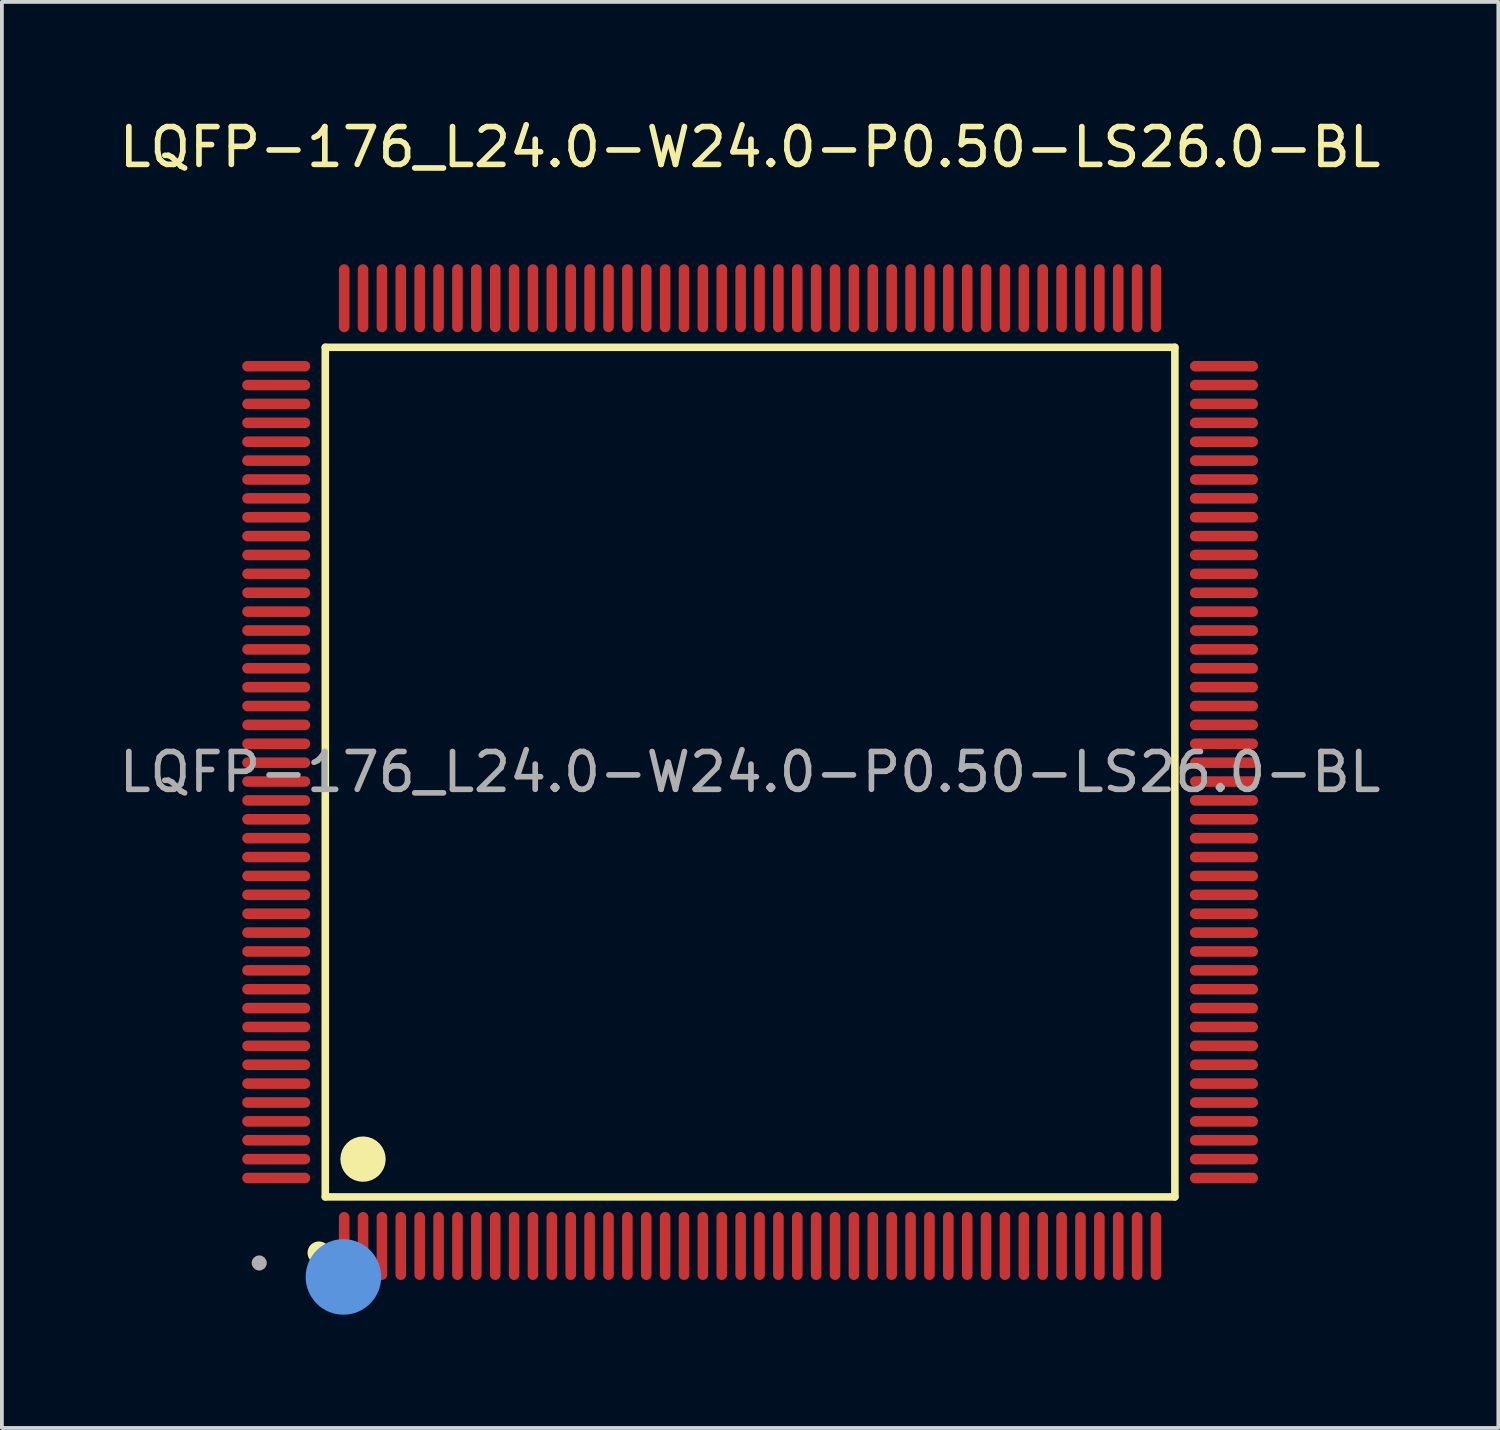
<source format=kicad_pcb>
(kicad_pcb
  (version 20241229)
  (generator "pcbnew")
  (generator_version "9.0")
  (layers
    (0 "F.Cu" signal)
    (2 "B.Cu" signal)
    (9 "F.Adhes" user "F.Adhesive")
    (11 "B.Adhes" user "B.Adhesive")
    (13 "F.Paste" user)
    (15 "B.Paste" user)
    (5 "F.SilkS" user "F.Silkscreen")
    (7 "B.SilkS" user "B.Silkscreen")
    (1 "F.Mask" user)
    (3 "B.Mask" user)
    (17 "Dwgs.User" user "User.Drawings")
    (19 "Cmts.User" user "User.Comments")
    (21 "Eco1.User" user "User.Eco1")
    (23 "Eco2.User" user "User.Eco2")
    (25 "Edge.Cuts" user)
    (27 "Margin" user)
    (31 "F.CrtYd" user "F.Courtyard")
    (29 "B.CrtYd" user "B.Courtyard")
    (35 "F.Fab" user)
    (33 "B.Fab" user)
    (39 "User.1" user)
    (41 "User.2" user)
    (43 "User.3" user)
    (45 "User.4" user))
  (footprint "LQFP-176_L24.0-W24.0-P0.50-LS26.0-BL"
    (layer "F.Cu")
    (at 16.815 17.398)
    (property "Reference" "LQFP-176_L24.0-W24.0-P0.50-LS26.0-BL" (at 0 -16.55 0) (layer "F.SilkS") (effects (font (size 1 1) (thickness 0.15))))
    (attr smd)
    (fp_line (start -11.25 -11.25) (end 11.25 -11.25) (stroke (width 0.2) (type solid)) (layer "F.SilkS"))
    (fp_line (start -11.25 11.25) (end -11.25 -11.25) (stroke (width 0.2) (type solid)) (layer "F.SilkS"))
    (fp_line (start 11.25 -11.25) (end 11.25 11.25) (stroke (width 0.2) (type solid)) (layer "F.SilkS"))
    (fp_line (start 11.25 11.25) (end -11.25 11.25) (stroke (width 0.2) (type solid)) (layer "F.SilkS"))
    (fp_arc (start -11.42 12.73) (mid -11.42 12.73) (end -11.42 12.73) (stroke (width 0.3) (type solid)) (layer "F.SilkS"))
    (fp_arc (start -10.24 9.95) (mid -10.254999 10.550125) (end -10.250004 9.949833) (stroke (width 0.6) (type solid)) (layer "F.SilkS"))
    (fp_circle (center -10.77 13.37) (end -10.27 13.37) (stroke (width 1) (type solid)) (fill no) (layer "Cmts.User"))
    (fp_circle (center -13 13) (end -12.9 13) (stroke (width 0.2) (type solid)) (fill no) (layer "F.Fab"))
    (fp_text user "${REFERENCE}" (at 0 0 0) (layer "F.Fab") (effects (font (size 1 1) (thickness 0.15))))
    (pad "1" smd oval (at -10.75 12.55) (size 0.28 1.8) (layers "F.Cu" "F.Mask" "F.Paste"))
    (pad "2" smd oval (at -10.25 12.55) (size 0.28 1.8) (layers "F.Cu" "F.Mask" "F.Paste"))
    (pad "3" smd oval (at -9.75 12.55) (size 0.28 1.8) (layers "F.Cu" "F.Mask" "F.Paste"))
    (pad "4" smd oval (at -9.25 12.55) (size 0.28 1.8) (layers "F.Cu" "F.Mask" "F.Paste"))
    (pad "5" smd oval (at -8.75 12.55) (size 0.28 1.8) (layers "F.Cu" "F.Mask" "F.Paste"))
    (pad "6" smd oval (at -8.25 12.55) (size 0.28 1.8) (layers "F.Cu" "F.Mask" "F.Paste"))
    (pad "7" smd oval (at -7.75 12.55) (size 0.28 1.8) (layers "F.Cu" "F.Mask" "F.Paste"))
    (pad "8" smd oval (at -7.25 12.55) (size 0.28 1.8) (layers "F.Cu" "F.Mask" "F.Paste"))
    (pad "9" smd oval (at -6.75 12.55) (size 0.28 1.8) (layers "F.Cu" "F.Mask" "F.Paste"))
    (pad "10" smd oval (at -6.25 12.55) (size 0.28 1.8) (layers "F.Cu" "F.Mask" "F.Paste"))
    (pad "11" smd oval (at -5.75 12.55) (size 0.28 1.8) (layers "F.Cu" "F.Mask" "F.Paste"))
    (pad "12" smd oval (at -5.25 12.55) (size 0.28 1.8) (layers "F.Cu" "F.Mask" "F.Paste"))
    (pad "13" smd oval (at -4.75 12.55) (size 0.28 1.8) (layers "F.Cu" "F.Mask" "F.Paste"))
    (pad "14" smd oval (at -4.25 12.55) (size 0.28 1.8) (layers "F.Cu" "F.Mask" "F.Paste"))
    (pad "15" smd oval (at -3.75 12.55) (size 0.28 1.8) (layers "F.Cu" "F.Mask" "F.Paste"))
    (pad "16" smd oval (at -3.25 12.55) (size 0.28 1.8) (layers "F.Cu" "F.Mask" "F.Paste"))
    (pad "17" smd oval (at -2.75 12.55) (size 0.28 1.8) (layers "F.Cu" "F.Mask" "F.Paste"))
    (pad "18" smd oval (at -2.25 12.55) (size 0.28 1.8) (layers "F.Cu" "F.Mask" "F.Paste"))
    (pad "19" smd oval (at -1.75 12.55) (size 0.28 1.8) (layers "F.Cu" "F.Mask" "F.Paste"))
    (pad "20" smd oval (at -1.25 12.55) (size 0.28 1.8) (layers "F.Cu" "F.Mask" "F.Paste"))
    (pad "21" smd oval (at -0.75 12.55) (size 0.28 1.8) (layers "F.Cu" "F.Mask" "F.Paste"))
    (pad "22" smd oval (at -0.25 12.55) (size 0.28 1.8) (layers "F.Cu" "F.Mask" "F.Paste"))
    (pad "23" smd oval (at 0.25 12.55) (size 0.28 1.8) (layers "F.Cu" "F.Mask" "F.Paste"))
    (pad "24" smd oval (at 0.75 12.55) (size 0.28 1.8) (layers "F.Cu" "F.Mask" "F.Paste"))
    (pad "25" smd oval (at 1.25 12.55) (size 0.28 1.8) (layers "F.Cu" "F.Mask" "F.Paste"))
    (pad "26" smd oval (at 1.75 12.55) (size 0.28 1.8) (layers "F.Cu" "F.Mask" "F.Paste"))
    (pad "27" smd oval (at 2.25 12.55) (size 0.28 1.8) (layers "F.Cu" "F.Mask" "F.Paste"))
    (pad "28" smd oval (at 2.75 12.55) (size 0.28 1.8) (layers "F.Cu" "F.Mask" "F.Paste"))
    (pad "29" smd oval (at 3.25 12.55) (size 0.28 1.8) (layers "F.Cu" "F.Mask" "F.Paste"))
    (pad "30" smd oval (at 3.75 12.55) (size 0.28 1.8) (layers "F.Cu" "F.Mask" "F.Paste"))
    (pad "31" smd oval (at 4.25 12.55) (size 0.28 1.8) (layers "F.Cu" "F.Mask" "F.Paste"))
    (pad "32" smd oval (at 4.75 12.55) (size 0.28 1.8) (layers "F.Cu" "F.Mask" "F.Paste"))
    (pad "33" smd oval (at 5.25 12.55) (size 0.28 1.8) (layers "F.Cu" "F.Mask" "F.Paste"))
    (pad "34" smd oval (at 5.75 12.55) (size 0.28 1.8) (layers "F.Cu" "F.Mask" "F.Paste"))
    (pad "35" smd oval (at 6.25 12.55) (size 0.28 1.8) (layers "F.Cu" "F.Mask" "F.Paste"))
    (pad "36" smd oval (at 6.75 12.55) (size 0.28 1.8) (layers "F.Cu" "F.Mask" "F.Paste"))
    (pad "37" smd oval (at 7.25 12.55) (size 0.28 1.8) (layers "F.Cu" "F.Mask" "F.Paste"))
    (pad "38" smd oval (at 7.75 12.55) (size 0.28 1.8) (layers "F.Cu" "F.Mask" "F.Paste"))
    (pad "39" smd oval (at 8.25 12.55) (size 0.28 1.8) (layers "F.Cu" "F.Mask" "F.Paste"))
    (pad "40" smd oval (at 8.75 12.55) (size 0.28 1.8) (layers "F.Cu" "F.Mask" "F.Paste"))
    (pad "41" smd oval (at 9.25 12.55) (size 0.28 1.8) (layers "F.Cu" "F.Mask" "F.Paste"))
    (pad "42" smd oval (at 9.75 12.55) (size 0.28 1.8) (layers "F.Cu" "F.Mask" "F.Paste"))
    (pad "43" smd oval (at 10.25 12.55) (size 0.28 1.8) (layers "F.Cu" "F.Mask" "F.Paste"))
    (pad "44" smd oval (at 10.75 12.55) (size 0.28 1.8) (layers "F.Cu" "F.Mask" "F.Paste"))
    (pad "45" smd oval (at 12.55 10.75) (size 1.8 0.28) (layers "F.Cu" "F.Mask" "F.Paste"))
    (pad "46" smd oval (at 12.55 10.25) (size 1.8 0.28) (layers "F.Cu" "F.Mask" "F.Paste"))
    (pad "47" smd oval (at 12.55 9.75) (size 1.8 0.28) (layers "F.Cu" "F.Mask" "F.Paste"))
    (pad "48" smd oval (at 12.55 9.25) (size 1.8 0.28) (layers "F.Cu" "F.Mask" "F.Paste"))
    (pad "49" smd oval (at 12.55 8.75) (size 1.8 0.28) (layers "F.Cu" "F.Mask" "F.Paste"))
    (pad "50" smd oval (at 12.55 8.25) (size 1.8 0.28) (layers "F.Cu" "F.Mask" "F.Paste"))
    (pad "51" smd oval (at 12.55 7.75) (size 1.8 0.28) (layers "F.Cu" "F.Mask" "F.Paste"))
    (pad "52" smd oval (at 12.55 7.25) (size 1.8 0.28) (layers "F.Cu" "F.Mask" "F.Paste"))
    (pad "53" smd oval (at 12.55 6.75) (size 1.8 0.28) (layers "F.Cu" "F.Mask" "F.Paste"))
    (pad "54" smd oval (at 12.55 6.25) (size 1.8 0.28) (layers "F.Cu" "F.Mask" "F.Paste"))
    (pad "55" smd oval (at 12.55 5.75) (size 1.8 0.28) (layers "F.Cu" "F.Mask" "F.Paste"))
    (pad "56" smd oval (at 12.55 5.25) (size 1.8 0.28) (layers "F.Cu" "F.Mask" "F.Paste"))
    (pad "57" smd oval (at 12.55 4.75) (size 1.8 0.28) (layers "F.Cu" "F.Mask" "F.Paste"))
    (pad "58" smd oval (at 12.55 4.25) (size 1.8 0.28) (layers "F.Cu" "F.Mask" "F.Paste"))
    (pad "59" smd oval (at 12.55 3.75) (size 1.8 0.28) (layers "F.Cu" "F.Mask" "F.Paste"))
    (pad "60" smd oval (at 12.55 3.25) (size 1.8 0.28) (layers "F.Cu" "F.Mask" "F.Paste"))
    (pad "61" smd oval (at 12.55 2.75) (size 1.8 0.28) (layers "F.Cu" "F.Mask" "F.Paste"))
    (pad "62" smd oval (at 12.55 2.25) (size 1.8 0.28) (layers "F.Cu" "F.Mask" "F.Paste"))
    (pad "63" smd oval (at 12.55 1.75) (size 1.8 0.28) (layers "F.Cu" "F.Mask" "F.Paste"))
    (pad "64" smd oval (at 12.55 1.25) (size 1.8 0.28) (layers "F.Cu" "F.Mask" "F.Paste"))
    (pad "65" smd oval (at 12.55 0.75) (size 1.8 0.28) (layers "F.Cu" "F.Mask" "F.Paste"))
    (pad "66" smd oval (at 12.55 0.25) (size 1.8 0.28) (layers "F.Cu" "F.Mask" "F.Paste"))
    (pad "67" smd oval (at 12.55 -0.25) (size 1.8 0.28) (layers "F.Cu" "F.Mask" "F.Paste"))
    (pad "68" smd oval (at 12.55 -0.75) (size 1.8 0.28) (layers "F.Cu" "F.Mask" "F.Paste"))
    (pad "69" smd oval (at 12.55 -1.25) (size 1.8 0.28) (layers "F.Cu" "F.Mask" "F.Paste"))
    (pad "70" smd oval (at 12.55 -1.75) (size 1.8 0.28) (layers "F.Cu" "F.Mask" "F.Paste"))
    (pad "71" smd oval (at 12.55 -2.25) (size 1.8 0.28) (layers "F.Cu" "F.Mask" "F.Paste"))
    (pad "72" smd oval (at 12.55 -2.75) (size 1.8 0.28) (layers "F.Cu" "F.Mask" "F.Paste"))
    (pad "73" smd oval (at 12.55 -3.25) (size 1.8 0.28) (layers "F.Cu" "F.Mask" "F.Paste"))
    (pad "74" smd oval (at 12.55 -3.75) (size 1.8 0.28) (layers "F.Cu" "F.Mask" "F.Paste"))
    (pad "75" smd oval (at 12.55 -4.25) (size 1.8 0.28) (layers "F.Cu" "F.Mask" "F.Paste"))
    (pad "76" smd oval (at 12.55 -4.75) (size 1.8 0.28) (layers "F.Cu" "F.Mask" "F.Paste"))
    (pad "77" smd oval (at 12.55 -5.25) (size 1.8 0.28) (layers "F.Cu" "F.Mask" "F.Paste"))
    (pad "78" smd oval (at 12.55 -5.75) (size 1.8 0.28) (layers "F.Cu" "F.Mask" "F.Paste"))
    (pad "79" smd oval (at 12.55 -6.25) (size 1.8 0.28) (layers "F.Cu" "F.Mask" "F.Paste"))
    (pad "80" smd oval (at 12.55 -6.75) (size 1.8 0.28) (layers "F.Cu" "F.Mask" "F.Paste"))
    (pad "81" smd oval (at 12.55 -7.25) (size 1.8 0.28) (layers "F.Cu" "F.Mask" "F.Paste"))
    (pad "82" smd oval (at 12.55 -7.75) (size 1.8 0.28) (layers "F.Cu" "F.Mask" "F.Paste"))
    (pad "83" smd oval (at 12.55 -8.25) (size 1.8 0.28) (layers "F.Cu" "F.Mask" "F.Paste"))
    (pad "84" smd oval (at 12.55 -8.75) (size 1.8 0.28) (layers "F.Cu" "F.Mask" "F.Paste"))
    (pad "85" smd oval (at 12.55 -9.25) (size 1.8 0.28) (layers "F.Cu" "F.Mask" "F.Paste"))
    (pad "86" smd oval (at 12.55 -9.75) (size 1.8 0.28) (layers "F.Cu" "F.Mask" "F.Paste"))
    (pad "87" smd oval (at 12.55 -10.25) (size 1.8 0.28) (layers "F.Cu" "F.Mask" "F.Paste"))
    (pad "88" smd oval (at 12.55 -10.75) (size 1.8 0.28) (layers "F.Cu" "F.Mask" "F.Paste"))
    (pad "89" smd oval (at 10.75 -12.55) (size 0.28 1.8) (layers "F.Cu" "F.Mask" "F.Paste"))
    (pad "90" smd oval (at 10.25 -12.55) (size 0.28 1.8) (layers "F.Cu" "F.Mask" "F.Paste"))
    (pad "91" smd oval (at 9.75 -12.55) (size 0.28 1.8) (layers "F.Cu" "F.Mask" "F.Paste"))
    (pad "92" smd oval (at 9.25 -12.55) (size 0.28 1.8) (layers "F.Cu" "F.Mask" "F.Paste"))
    (pad "93" smd oval (at 8.75 -12.55) (size 0.28 1.8) (layers "F.Cu" "F.Mask" "F.Paste"))
    (pad "94" smd oval (at 8.25 -12.55) (size 0.28 1.8) (layers "F.Cu" "F.Mask" "F.Paste"))
    (pad "95" smd oval (at 7.75 -12.55) (size 0.28 1.8) (layers "F.Cu" "F.Mask" "F.Paste"))
    (pad "96" smd oval (at 7.25 -12.55) (size 0.28 1.8) (layers "F.Cu" "F.Mask" "F.Paste"))
    (pad "97" smd oval (at 6.75 -12.55) (size 0.28 1.8) (layers "F.Cu" "F.Mask" "F.Paste"))
    (pad "98" smd oval (at 6.25 -12.55) (size 0.28 1.8) (layers "F.Cu" "F.Mask" "F.Paste"))
    (pad "99" smd oval (at 5.75 -12.55) (size 0.28 1.8) (layers "F.Cu" "F.Mask" "F.Paste"))
    (pad "100" smd oval (at 5.25 -12.55) (size 0.28 1.8) (layers "F.Cu" "F.Mask" "F.Paste"))
    (pad "101" smd oval (at 4.75 -12.55) (size 0.28 1.8) (layers "F.Cu" "F.Mask" "F.Paste"))
    (pad "102" smd oval (at 4.25 -12.55) (size 0.28 1.8) (layers "F.Cu" "F.Mask" "F.Paste"))
    (pad "103" smd oval (at 3.75 -12.55) (size 0.28 1.8) (layers "F.Cu" "F.Mask" "F.Paste"))
    (pad "104" smd oval (at 3.25 -12.55) (size 0.28 1.8) (layers "F.Cu" "F.Mask" "F.Paste"))
    (pad "105" smd oval (at 2.75 -12.55) (size 0.28 1.8) (layers "F.Cu" "F.Mask" "F.Paste"))
    (pad "106" smd oval (at 2.25 -12.55) (size 0.28 1.8) (layers "F.Cu" "F.Mask" "F.Paste"))
    (pad "107" smd oval (at 1.75 -12.55) (size 0.28 1.8) (layers "F.Cu" "F.Mask" "F.Paste"))
    (pad "108" smd oval (at 1.25 -12.55) (size 0.28 1.8) (layers "F.Cu" "F.Mask" "F.Paste"))
    (pad "109" smd oval (at 0.75 -12.55) (size 0.28 1.8) (layers "F.Cu" "F.Mask" "F.Paste"))
    (pad "110" smd oval (at 0.25 -12.55) (size 0.28 1.8) (layers "F.Cu" "F.Mask" "F.Paste"))
    (pad "111" smd oval (at -0.25 -12.55) (size 0.28 1.8) (layers "F.Cu" "F.Mask" "F.Paste"))
    (pad "112" smd oval (at -0.75 -12.55) (size 0.28 1.8) (layers "F.Cu" "F.Mask" "F.Paste"))
    (pad "113" smd oval (at -1.25 -12.55) (size 0.28 1.8) (layers "F.Cu" "F.Mask" "F.Paste"))
    (pad "114" smd oval (at -1.75 -12.55) (size 0.28 1.8) (layers "F.Cu" "F.Mask" "F.Paste"))
    (pad "115" smd oval (at -2.25 -12.55) (size 0.28 1.8) (layers "F.Cu" "F.Mask" "F.Paste"))
    (pad "116" smd oval (at -2.75 -12.55) (size 0.28 1.8) (layers "F.Cu" "F.Mask" "F.Paste"))
    (pad "117" smd oval (at -3.25 -12.55) (size 0.28 1.8) (layers "F.Cu" "F.Mask" "F.Paste"))
    (pad "118" smd oval (at -3.75 -12.55) (size 0.28 1.8) (layers "F.Cu" "F.Mask" "F.Paste"))
    (pad "119" smd oval (at -4.25 -12.55) (size 0.28 1.8) (layers "F.Cu" "F.Mask" "F.Paste"))
    (pad "120" smd oval (at -4.75 -12.55) (size 0.28 1.8) (layers "F.Cu" "F.Mask" "F.Paste"))
    (pad "121" smd oval (at -5.25 -12.55) (size 0.28 1.8) (layers "F.Cu" "F.Mask" "F.Paste"))
    (pad "122" smd oval (at -5.75 -12.55) (size 0.28 1.8) (layers "F.Cu" "F.Mask" "F.Paste"))
    (pad "123" smd oval (at -6.25 -12.55) (size 0.28 1.8) (layers "F.Cu" "F.Mask" "F.Paste"))
    (pad "124" smd oval (at -6.75 -12.55) (size 0.28 1.8) (layers "F.Cu" "F.Mask" "F.Paste"))
    (pad "125" smd oval (at -7.25 -12.55) (size 0.28 1.8) (layers "F.Cu" "F.Mask" "F.Paste"))
    (pad "126" smd oval (at -7.75 -12.55) (size 0.28 1.8) (layers "F.Cu" "F.Mask" "F.Paste"))
    (pad "127" smd oval (at -8.25 -12.55) (size 0.28 1.8) (layers "F.Cu" "F.Mask" "F.Paste"))
    (pad "128" smd oval (at -8.75 -12.55) (size 0.28 1.8) (layers "F.Cu" "F.Mask" "F.Paste"))
    (pad "129" smd oval (at -9.25 -12.55) (size 0.28 1.8) (layers "F.Cu" "F.Mask" "F.Paste"))
    (pad "130" smd oval (at -9.75 -12.55) (size 0.28 1.8) (layers "F.Cu" "F.Mask" "F.Paste"))
    (pad "131" smd oval (at -10.25 -12.55) (size 0.28 1.8) (layers "F.Cu" "F.Mask" "F.Paste"))
    (pad "132" smd oval (at -10.75 -12.55) (size 0.28 1.8) (layers "F.Cu" "F.Mask" "F.Paste"))
    (pad "133" smd oval (at -12.55 -10.75) (size 1.8 0.28) (layers "F.Cu" "F.Mask" "F.Paste"))
    (pad "134" smd oval (at -12.55 -10.25) (size 1.8 0.28) (layers "F.Cu" "F.Mask" "F.Paste"))
    (pad "135" smd oval (at -12.55 -9.75) (size 1.8 0.28) (layers "F.Cu" "F.Mask" "F.Paste"))
    (pad "136" smd oval (at -12.55 -9.25) (size 1.8 0.28) (layers "F.Cu" "F.Mask" "F.Paste"))
    (pad "137" smd oval (at -12.55 -8.75) (size 1.8 0.28) (layers "F.Cu" "F.Mask" "F.Paste"))
    (pad "138" smd oval (at -12.55 -8.25) (size 1.8 0.28) (layers "F.Cu" "F.Mask" "F.Paste"))
    (pad "139" smd oval (at -12.55 -7.75) (size 1.8 0.28) (layers "F.Cu" "F.Mask" "F.Paste"))
    (pad "140" smd oval (at -12.55 -7.25) (size 1.8 0.28) (layers "F.Cu" "F.Mask" "F.Paste"))
    (pad "141" smd oval (at -12.55 -6.75) (size 1.8 0.28) (layers "F.Cu" "F.Mask" "F.Paste"))
    (pad "142" smd oval (at -12.55 -6.25) (size 1.8 0.28) (layers "F.Cu" "F.Mask" "F.Paste"))
    (pad "143" smd oval (at -12.55 -5.75) (size 1.8 0.28) (layers "F.Cu" "F.Mask" "F.Paste"))
    (pad "144" smd oval (at -12.55 -5.25) (size 1.8 0.28) (layers "F.Cu" "F.Mask" "F.Paste"))
    (pad "145" smd oval (at -12.55 -4.75) (size 1.8 0.28) (layers "F.Cu" "F.Mask" "F.Paste"))
    (pad "146" smd oval (at -12.55 -4.25) (size 1.8 0.28) (layers "F.Cu" "F.Mask" "F.Paste"))
    (pad "147" smd oval (at -12.55 -3.75) (size 1.8 0.28) (layers "F.Cu" "F.Mask" "F.Paste"))
    (pad "148" smd oval (at -12.55 -3.25) (size 1.8 0.28) (layers "F.Cu" "F.Mask" "F.Paste"))
    (pad "149" smd oval (at -12.55 -2.75) (size 1.8 0.28) (layers "F.Cu" "F.Mask" "F.Paste"))
    (pad "150" smd oval (at -12.55 -2.25) (size 1.8 0.28) (layers "F.Cu" "F.Mask" "F.Paste"))
    (pad "151" smd oval (at -12.55 -1.75) (size 1.8 0.28) (layers "F.Cu" "F.Mask" "F.Paste"))
    (pad "152" smd oval (at -12.55 -1.25) (size 1.8 0.28) (layers "F.Cu" "F.Mask" "F.Paste"))
    (pad "153" smd oval (at -12.55 -0.75) (size 1.8 0.28) (layers "F.Cu" "F.Mask" "F.Paste"))
    (pad "154" smd oval (at -12.55 -0.25) (size 1.8 0.28) (layers "F.Cu" "F.Mask" "F.Paste"))
    (pad "155" smd oval (at -12.55 0.25) (size 1.8 0.28) (layers "F.Cu" "F.Mask" "F.Paste"))
    (pad "156" smd oval (at -12.55 0.75) (size 1.8 0.28) (layers "F.Cu" "F.Mask" "F.Paste"))
    (pad "157" smd oval (at -12.55 1.25) (size 1.8 0.28) (layers "F.Cu" "F.Mask" "F.Paste"))
    (pad "158" smd oval (at -12.55 1.75) (size 1.8 0.28) (layers "F.Cu" "F.Mask" "F.Paste"))
    (pad "159" smd oval (at -12.55 2.25) (size 1.8 0.28) (layers "F.Cu" "F.Mask" "F.Paste"))
    (pad "160" smd oval (at -12.55 2.75) (size 1.8 0.28) (layers "F.Cu" "F.Mask" "F.Paste"))
    (pad "161" smd oval (at -12.55 3.25) (size 1.8 0.28) (layers "F.Cu" "F.Mask" "F.Paste"))
    (pad "162" smd oval (at -12.55 3.75) (size 1.8 0.28) (layers "F.Cu" "F.Mask" "F.Paste"))
    (pad "163" smd oval (at -12.55 4.25) (size 1.8 0.28) (layers "F.Cu" "F.Mask" "F.Paste"))
    (pad "164" smd oval (at -12.55 4.75) (size 1.8 0.28) (layers "F.Cu" "F.Mask" "F.Paste"))
    (pad "165" smd oval (at -12.55 5.25) (size 1.8 0.28) (layers "F.Cu" "F.Mask" "F.Paste"))
    (pad "166" smd oval (at -12.55 5.75) (size 1.8 0.28) (layers "F.Cu" "F.Mask" "F.Paste"))
    (pad "167" smd oval (at -12.55 6.25) (size 1.8 0.28) (layers "F.Cu" "F.Mask" "F.Paste"))
    (pad "168" smd oval (at -12.55 6.75) (size 1.8 0.28) (layers "F.Cu" "F.Mask" "F.Paste"))
    (pad "169" smd oval (at -12.55 7.25) (size 1.8 0.28) (layers "F.Cu" "F.Mask" "F.Paste"))
    (pad "170" smd oval (at -12.55 7.75) (size 1.8 0.28) (layers "F.Cu" "F.Mask" "F.Paste"))
    (pad "171" smd oval (at -12.55 8.25) (size 1.8 0.28) (layers "F.Cu" "F.Mask" "F.Paste"))
    (pad "172" smd oval (at -12.55 8.75) (size 1.8 0.28) (layers "F.Cu" "F.Mask" "F.Paste"))
    (pad "173" smd oval (at -12.55 9.25) (size 1.8 0.28) (layers "F.Cu" "F.Mask" "F.Paste"))
    (pad "174" smd oval (at -12.55 9.75) (size 1.8 0.28) (layers "F.Cu" "F.Mask" "F.Paste"))
    (pad "175" smd oval (at -12.55 10.25) (size 1.8 0.28) (layers "F.Cu" "F.Mask" "F.Paste"))
    (pad "176" smd oval (at -12.55 10.75) (size 1.8 0.28) (layers "F.Cu" "F.Mask" "F.Paste")))
  (gr_rect
    (start -3 -3)
    (end 36.631 34.768)
    (stroke (width 0.1) (type default))
    (fill no)
    (layer "Edge.Cuts")))
</source>
